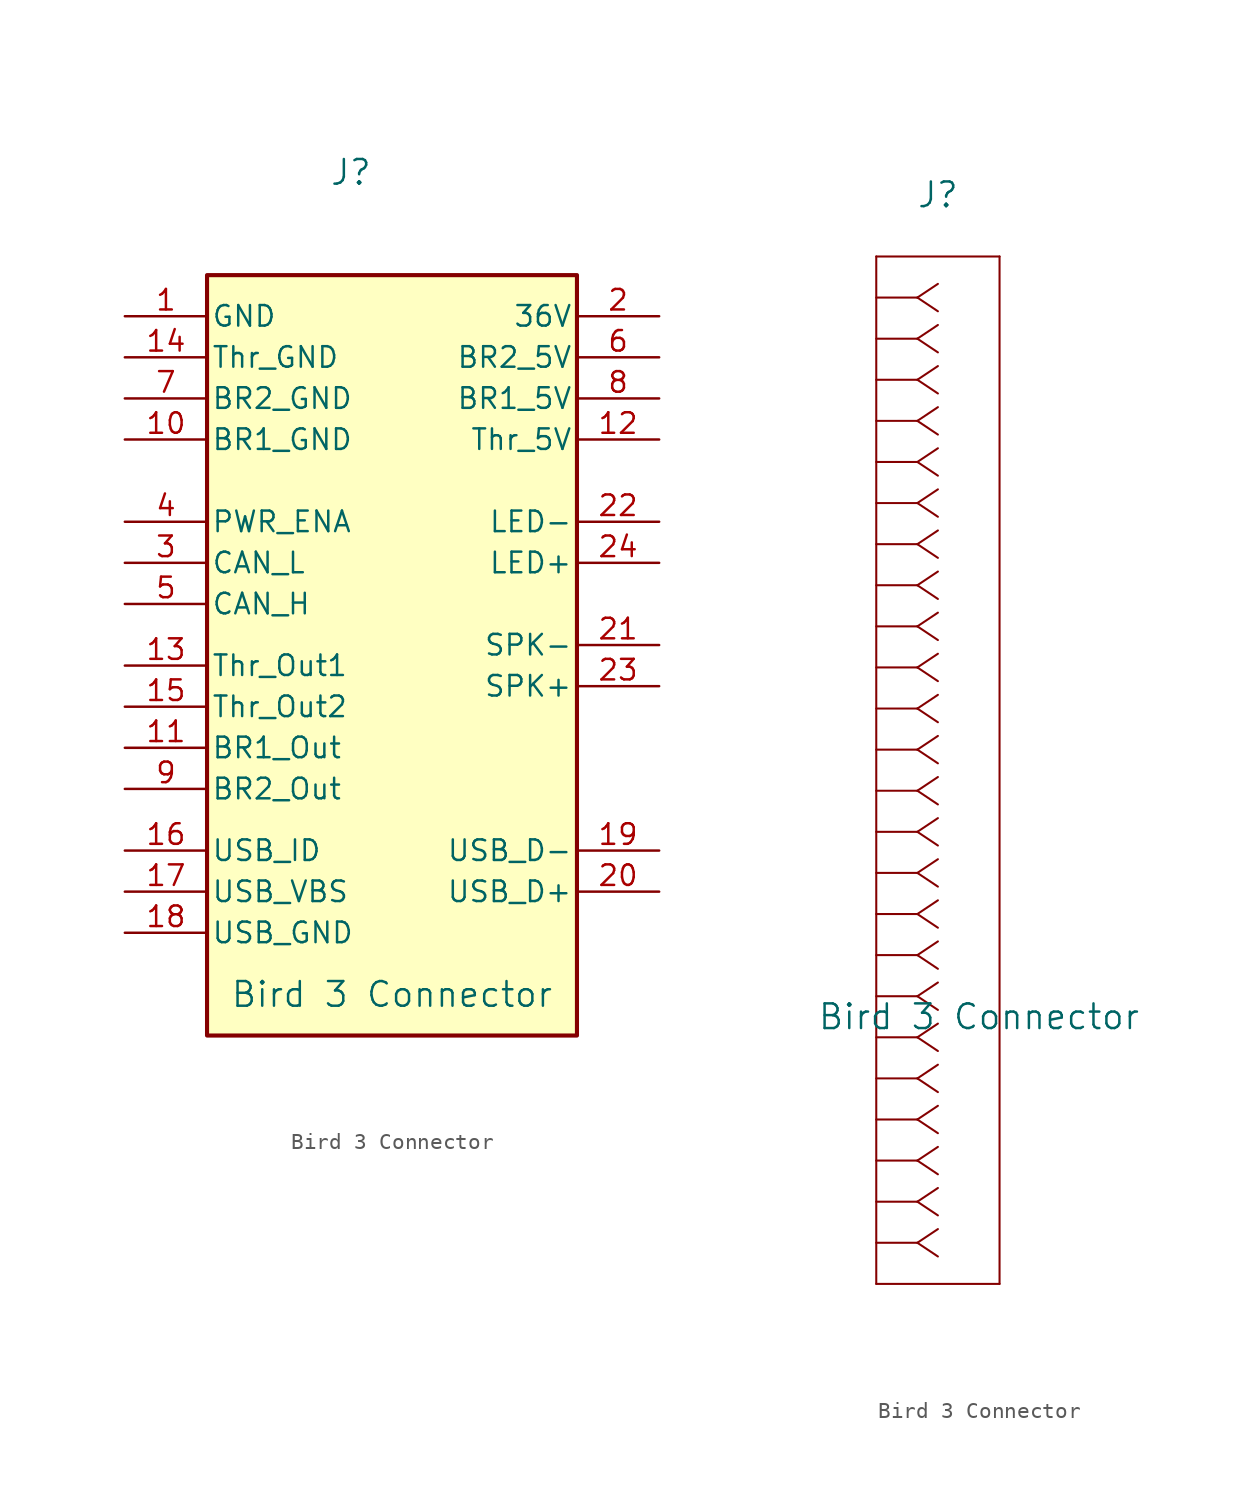
<source format=kicad_sym>
(kicad_symbol_lib
  (version 20220914)
  (generator kicad_symbol_editor)
  (symbol "Bird 3 Connector"
    (pin_names
      (offset 0.254))
    (property "Reference" "J"
      (at 8.89 6.35 0)
      (effects (font (size 1.524 1.524))))
    (property "Value" "Bird 3 Connector"
      (at 11.43 -44.45 0)
      (do_not_autoplace)
      (effects (font (size 1.524 1.524))))
    (symbol "Bird 3 Connector_1_1"
      (rectangle (start 0 0) (end 22.86 -46.99) (stroke (width 0.254) (type default)) (fill (type background)))
      (pin passive line (at -5.08 -2.54 0) (length 5.08) (name "GND" (effects (font (size 1.27 1.27)))) (number "1" (effects (font (size 1.27 1.27)))))
      (pin unspecified line (at -5.08 -10.16 0) (length 5.08) (name "BR1_GND" (effects (font (size 1.27 1.27)))) (number "10" (effects (font (size 1.27 1.27)))))
      (pin output line (at -5.08 -29.21 0) (length 5.08) (name "BR1_Out" (effects (font (size 1.27 1.27)))) (number "11" (effects (font (size 1.27 1.27)))))
      (pin power_in line (at 27.94 -10.16 180) (length 5.08) (name "Thr_5V" (effects (font (size 1.27 1.27)))) (number "12" (effects (font (size 1.27 1.27)))))
      (pin output line (at -5.08 -24.13 0) (length 5.08) (name "Thr_Out1" (effects (font (size 1.27 1.27)))) (number "13" (effects (font (size 1.27 1.27)))))
      (pin unspecified line (at -5.08 -5.08 0) (length 5.08) (name "Thr_GND" (effects (font (size 1.27 1.27)))) (number "14" (effects (font (size 1.27 1.27)))))
      (pin output line (at -5.08 -26.67 0) (length 5.08) (name "Thr_Out2" (effects (font (size 1.27 1.27)))) (number "15" (effects (font (size 1.27 1.27)))))
      (pin unspecified line (at -5.08 -35.56 0) (length 5.08) (name "USB_ID" (effects (font (size 1.27 1.27)))) (number "16" (effects (font (size 1.27 1.27)))))
      (pin unspecified line (at -5.08 -38.1 0) (length 5.08) (name "USB_VBS" (effects (font (size 1.27 1.27)))) (number "17" (effects (font (size 1.27 1.27)))))
      (pin unspecified line (at -5.08 -40.64 0) (length 5.08) (name "USB_GND" (effects (font (size 1.27 1.27)))) (number "18" (effects (font (size 1.27 1.27)))))
      (pin unspecified line (at 27.94 -35.56 180) (length 5.08) (name "USB_D-" (effects (font (size 1.27 1.27)))) (number "19" (effects (font (size 1.27 1.27)))))
      (pin power_out line (at 27.94 -2.54 180) (length 5.08) (name "36V" (effects (font (size 1.27 1.27)))) (number "2" (effects (font (size 1.27 1.27)))))
      (pin unspecified line (at 27.94 -38.1 180) (length 5.08) (name "USB_D+" (effects (font (size 1.27 1.27)))) (number "20" (effects (font (size 1.27 1.27)))))
      (pin unspecified line (at 27.94 -22.86 180) (length 5.08) (name "SPK-" (effects (font (size 1.27 1.27)))) (number "21" (effects (font (size 1.27 1.27)))))
      (pin passive line (at 27.94 -15.24 180) (length 5.08) (name "LED-" (effects (font (size 1.27 1.27)))) (number "22" (effects (font (size 1.27 1.27)))))
      (pin unspecified line (at 27.94 -25.4 180) (length 5.08) (name "SPK+" (effects (font (size 1.27 1.27)))) (number "23" (effects (font (size 1.27 1.27)))))
      (pin power_out line (at 27.94 -17.78 180) (length 5.08) (name "LED+" (effects (font (size 1.27 1.27)))) (number "24" (effects (font (size 1.27 1.27)))))
      (pin bidirectional line (at -5.08 -17.78 0) (length 5.08) (name "CAN_L" (effects (font (size 1.27 1.27)))) (number "3" (effects (font (size 1.27 1.27)))))
      (pin input line (at -5.08 -15.24 0) (length 5.08) (name "PWR_ENA" (effects (font (size 1.27 1.27)))) (number "4" (effects (font (size 1.27 1.27)))))
      (pin bidirectional line (at -5.08 -20.32 0) (length 5.08) (name "CAN_H" (effects (font (size 1.27 1.27)))) (number "5" (effects (font (size 1.27 1.27)))))
      (pin power_in line (at 27.94 -5.08 180) (length 5.08) (name "BR2_5V" (effects (font (size 1.27 1.27)))) (number "6" (effects (font (size 1.27 1.27)))))
      (pin unspecified line (at -5.08 -7.62 0) (length 5.08) (name "BR2_GND" (effects (font (size 1.27 1.27)))) (number "7" (effects (font (size 1.27 1.27)))))
      (pin power_in line (at 27.94 -7.62 180) (length 5.08) (name "BR1_5V" (effects (font (size 1.27 1.27)))) (number "8" (effects (font (size 1.27 1.27)))))
      (pin output line (at -5.08 -31.75 0) (length 5.08) (name "BR2_Out" (effects (font (size 1.27 1.27)))) (number "9" (effects (font (size 1.27 1.27))))))
    (symbol "Bird 3 Connector_1_2"
      (polyline (pts (xy 5.08 -60.96) (xy 12.7 -60.96)) (stroke (width 0.127) (type default)) (fill (type none)))
      (polyline (pts (xy 5.08 2.54) (xy 5.08 -60.96)) (stroke (width 0.127) (type default)) (fill (type none)))
      (polyline (pts (xy 7.62 -58.42) (xy 5.08 -58.42)) (stroke (width 0.127) (type default)) (fill (type none)))
      (polyline (pts (xy 7.62 -58.42) (xy 8.89 -59.267)) (stroke (width 0.127) (type default)) (fill (type none)))
      (polyline (pts (xy 7.62 -58.42) (xy 8.89 -57.573)) (stroke (width 0.127) (type default)) (fill (type none)))
      (polyline (pts (xy 7.62 -55.88) (xy 5.08 -55.88)) (stroke (width 0.127) (type default)) (fill (type none)))
      (polyline (pts (xy 7.62 -55.88) (xy 8.89 -56.727)) (stroke (width 0.127) (type default)) (fill (type none)))
      (polyline (pts (xy 7.62 -55.88) (xy 8.89 -55.033)) (stroke (width 0.127) (type default)) (fill (type none)))
      (polyline (pts (xy 7.62 -53.34) (xy 5.08 -53.34)) (stroke (width 0.127) (type default)) (fill (type none)))
      (polyline (pts (xy 7.62 -53.34) (xy 8.89 -54.187)) (stroke (width 0.127) (type default)) (fill (type none)))
      (polyline (pts (xy 7.62 -53.34) (xy 8.89 -52.493)) (stroke (width 0.127) (type default)) (fill (type none)))
      (polyline (pts (xy 7.62 -50.8) (xy 5.08 -50.8)) (stroke (width 0.127) (type default)) (fill (type none)))
      (polyline (pts (xy 7.62 -50.8) (xy 8.89 -51.647)) (stroke (width 0.127) (type default)) (fill (type none)))
      (polyline (pts (xy 7.62 -50.8) (xy 8.89 -49.953)) (stroke (width 0.127) (type default)) (fill (type none)))
      (polyline (pts (xy 7.62 -48.26) (xy 5.08 -48.26)) (stroke (width 0.127) (type default)) (fill (type none)))
      (polyline (pts (xy 7.62 -48.26) (xy 8.89 -49.107)) (stroke (width 0.127) (type default)) (fill (type none)))
      (polyline (pts (xy 7.62 -48.26) (xy 8.89 -47.413)) (stroke (width 0.127) (type default)) (fill (type none)))
      (polyline (pts (xy 7.62 -45.72) (xy 5.08 -45.72)) (stroke (width 0.127) (type default)) (fill (type none)))
      (polyline (pts (xy 7.62 -45.72) (xy 8.89 -46.567)) (stroke (width 0.127) (type default)) (fill (type none)))
      (polyline (pts (xy 7.62 -45.72) (xy 8.89 -44.873)) (stroke (width 0.127) (type default)) (fill (type none)))
      (polyline (pts (xy 7.62 -43.18) (xy 5.08 -43.18)) (stroke (width 0.127) (type default)) (fill (type none)))
      (polyline (pts (xy 7.62 -43.18) (xy 8.89 -44.027)) (stroke (width 0.127) (type default)) (fill (type none)))
      (polyline (pts (xy 7.62 -43.18) (xy 8.89 -42.333)) (stroke (width 0.127) (type default)) (fill (type none)))
      (polyline (pts (xy 7.62 -40.64) (xy 5.08 -40.64)) (stroke (width 0.127) (type default)) (fill (type none)))
      (polyline (pts (xy 7.62 -40.64) (xy 8.89 -41.487)) (stroke (width 0.127) (type default)) (fill (type none)))
      (polyline (pts (xy 7.62 -40.64) (xy 8.89 -39.793)) (stroke (width 0.127) (type default)) (fill (type none)))
      (polyline (pts (xy 7.62 -38.1) (xy 5.08 -38.1)) (stroke (width 0.127) (type default)) (fill (type none)))
      (polyline (pts (xy 7.62 -38.1) (xy 8.89 -38.947)) (stroke (width 0.127) (type default)) (fill (type none)))
      (polyline (pts (xy 7.62 -38.1) (xy 8.89 -37.253)) (stroke (width 0.127) (type default)) (fill (type none)))
      (polyline (pts (xy 7.62 -35.56) (xy 5.08 -35.56)) (stroke (width 0.127) (type default)) (fill (type none)))
      (polyline (pts (xy 7.62 -35.56) (xy 8.89 -36.407)) (stroke (width 0.127) (type default)) (fill (type none)))
      (polyline (pts (xy 7.62 -35.56) (xy 8.89 -34.713)) (stroke (width 0.127) (type default)) (fill (type none)))
      (polyline (pts (xy 7.62 -33.02) (xy 5.08 -33.02)) (stroke (width 0.127) (type default)) (fill (type none)))
      (polyline (pts (xy 7.62 -33.02) (xy 8.89 -33.867)) (stroke (width 0.127) (type default)) (fill (type none)))
      (polyline (pts (xy 7.62 -33.02) (xy 8.89 -32.173)) (stroke (width 0.127) (type default)) (fill (type none)))
      (polyline (pts (xy 7.62 -30.48) (xy 5.08 -30.48)) (stroke (width 0.127) (type default)) (fill (type none)))
      (polyline (pts (xy 7.62 -30.48) (xy 8.89 -31.327)) (stroke (width 0.127) (type default)) (fill (type none)))
      (polyline (pts (xy 7.62 -30.48) (xy 8.89 -29.633)) (stroke (width 0.127) (type default)) (fill (type none)))
      (polyline (pts (xy 7.62 -27.94) (xy 5.08 -27.94)) (stroke (width 0.127) (type default)) (fill (type none)))
      (polyline (pts (xy 7.62 -27.94) (xy 8.89 -28.787)) (stroke (width 0.127) (type default)) (fill (type none)))
      (polyline (pts (xy 7.62 -27.94) (xy 8.89 -27.093)) (stroke (width 0.127) (type default)) (fill (type none)))
      (polyline (pts (xy 7.62 -25.4) (xy 5.08 -25.4)) (stroke (width 0.127) (type default)) (fill (type none)))
      (polyline (pts (xy 7.62 -25.4) (xy 8.89 -26.247)) (stroke (width 0.127) (type default)) (fill (type none)))
      (polyline (pts (xy 7.62 -25.4) (xy 8.89 -24.553)) (stroke (width 0.127) (type default)) (fill (type none)))
      (polyline (pts (xy 7.62 -22.86) (xy 5.08 -22.86)) (stroke (width 0.127) (type default)) (fill (type none)))
      (polyline (pts (xy 7.62 -22.86) (xy 8.89 -23.707)) (stroke (width 0.127) (type default)) (fill (type none)))
      (polyline (pts (xy 7.62 -22.86) (xy 8.89 -22.013)) (stroke (width 0.127) (type default)) (fill (type none)))
      (polyline (pts (xy 7.62 -20.32) (xy 5.08 -20.32)) (stroke (width 0.127) (type default)) (fill (type none)))
      (polyline (pts (xy 7.62 -20.32) (xy 8.89 -21.167)) (stroke (width 0.127) (type default)) (fill (type none)))
      (polyline (pts (xy 7.62 -20.32) (xy 8.89 -19.473)) (stroke (width 0.127) (type default)) (fill (type none)))
      (polyline (pts (xy 7.62 -17.78) (xy 5.08 -17.78)) (stroke (width 0.127) (type default)) (fill (type none)))
      (polyline (pts (xy 7.62 -17.78) (xy 8.89 -18.627)) (stroke (width 0.127) (type default)) (fill (type none)))
      (polyline (pts (xy 7.62 -17.78) (xy 8.89 -16.933)) (stroke (width 0.127) (type default)) (fill (type none)))
      (polyline (pts (xy 7.62 -15.24) (xy 5.08 -15.24)) (stroke (width 0.127) (type default)) (fill (type none)))
      (polyline (pts (xy 7.62 -15.24) (xy 8.89 -16.087)) (stroke (width 0.127) (type default)) (fill (type none)))
      (polyline (pts (xy 7.62 -15.24) (xy 8.89 -14.393)) (stroke (width 0.127) (type default)) (fill (type none)))
      (polyline (pts (xy 7.62 -12.7) (xy 5.08 -12.7)) (stroke (width 0.127) (type default)) (fill (type none)))
      (polyline (pts (xy 7.62 -12.7) (xy 8.89 -13.547)) (stroke (width 0.127) (type default)) (fill (type none)))
      (polyline (pts (xy 7.62 -12.7) (xy 8.89 -11.853)) (stroke (width 0.127) (type default)) (fill (type none)))
      (polyline (pts (xy 7.62 -10.16) (xy 5.08 -10.16)) (stroke (width 0.127) (type default)) (fill (type none)))
      (polyline (pts (xy 7.62 -10.16) (xy 8.89 -11.007)) (stroke (width 0.127) (type default)) (fill (type none)))
      (polyline (pts (xy 7.62 -10.16) (xy 8.89 -9.313)) (stroke (width 0.127) (type default)) (fill (type none)))
      (polyline (pts (xy 7.62 -7.62) (xy 5.08 -7.62)) (stroke (width 0.127) (type default)) (fill (type none)))
      (polyline (pts (xy 7.62 -7.62) (xy 8.89 -8.467)) (stroke (width 0.127) (type default)) (fill (type none)))
      (polyline (pts (xy 7.62 -7.62) (xy 8.89 -6.773)) (stroke (width 0.127) (type default)) (fill (type none)))
      (polyline (pts (xy 7.62 -5.08) (xy 5.08 -5.08)) (stroke (width 0.127) (type default)) (fill (type none)))
      (polyline (pts (xy 7.62 -5.08) (xy 8.89 -5.927)) (stroke (width 0.127) (type default)) (fill (type none)))
      (polyline (pts (xy 7.62 -5.08) (xy 8.89 -4.233)) (stroke (width 0.127) (type default)) (fill (type none)))
      (polyline (pts (xy 7.62 -2.54) (xy 5.08 -2.54)) (stroke (width 0.127) (type default)) (fill (type none)))
      (polyline (pts (xy 7.62 -2.54) (xy 8.89 -3.387)) (stroke (width 0.127) (type default)) (fill (type none)))
      (polyline (pts (xy 7.62 -2.54) (xy 8.89 -1.693)) (stroke (width 0.127) (type default)) (fill (type none)))
      (polyline (pts (xy 7.62 0) (xy 5.08 0)) (stroke (width 0.127) (type default)) (fill (type none)))
      (polyline (pts (xy 7.62 0) (xy 8.89 -0.847)) (stroke (width 0.127) (type default)) (fill (type none)))
      (polyline (pts (xy 7.62 0) (xy 8.89 0.847)) (stroke (width 0.127) (type default)) (fill (type none)))
      (polyline (pts (xy 12.7 -60.96) (xy 12.7 2.54)) (stroke (width 0.127) (type default)) (fill (type none)))
      (polyline (pts (xy 12.7 2.54) (xy 5.08 2.54)) (stroke (width 0.127) (type default)) (fill (type none))))))
</source>
